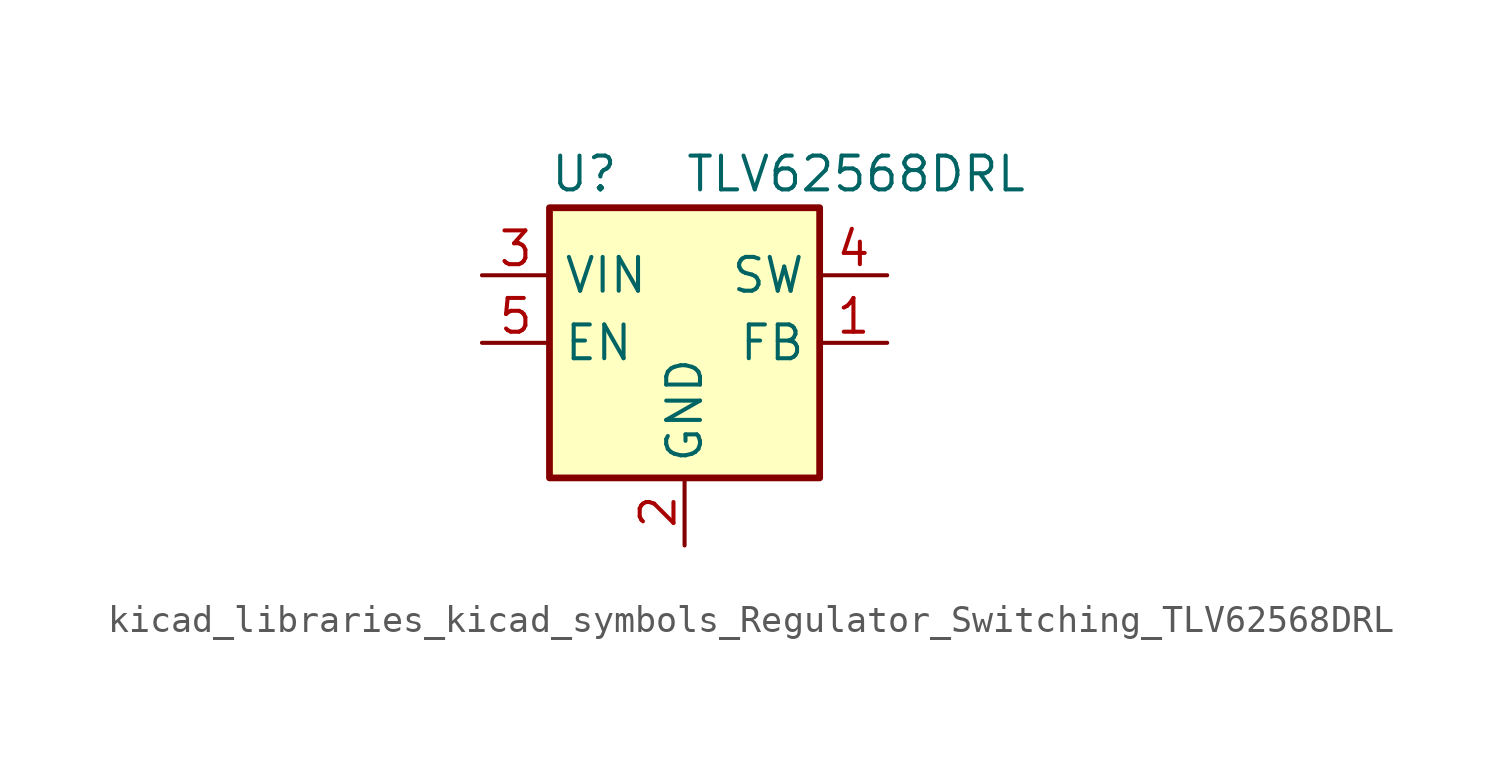
<source format=kicad_sym>
(kicad_symbol_lib
  (version 20220914)
  (generator kicad_symbol_editor)
  (symbol "kicad_libraries_kicad_symbols_Regulator_Switching_TLV62568DRL"
    (property "Reference" "U"
      (at -5.08 6.35 0)
      (effects (font (size 1.27 1.27)) (justify left)))
    (property "Value" "TLV62568DRL"
      (at 0 6.35 0)
      (effects (font (size 1.27 1.27)) (justify left)))
    (symbol "kicad_libraries_kicad_symbols_Regulator_Switching_TLV62568DRL_0_1"
      (rectangle (start -5.08 5.08) (end 5.08 -5.08) (stroke (width 0.254) (type default)) (fill (type background))))
    (symbol "kicad_libraries_kicad_symbols_Regulator_Switching_TLV62568DRL_1_1"
      (pin input line (at 7.62 0 180) (length 2.54) (name "FB" (effects (font (size 1.27 1.27)))) (number "1" (effects (font (size 1.27 1.27)))))
      (pin power_in line (at 0 -7.62 90) (length 2.54) (name "GND" (effects (font (size 1.27 1.27)))) (number "2" (effects (font (size 1.27 1.27)))))
      (pin power_in line (at -7.62 2.54 0) (length 2.54) (name "VIN" (effects (font (size 1.27 1.27)))) (number "3" (effects (font (size 1.27 1.27)))))
      (pin power_out line (at 7.62 2.54 180) (length 2.54) (name "SW" (effects (font (size 1.27 1.27)))) (number "4" (effects (font (size 1.27 1.27)))))
      (pin input line (at -7.62 0 0) (length 2.54) (name "EN" (effects (font (size 1.27 1.27)))) (number "5" (effects (font (size 1.27 1.27)))))
      (pin no_connect line (at 5.08 -2.54 180) (length 2.54) hide (name "NC" (effects (font (size 1.27 1.27)))) (number "6" (effects (font (size 1.27 1.27))))))))
</source>
